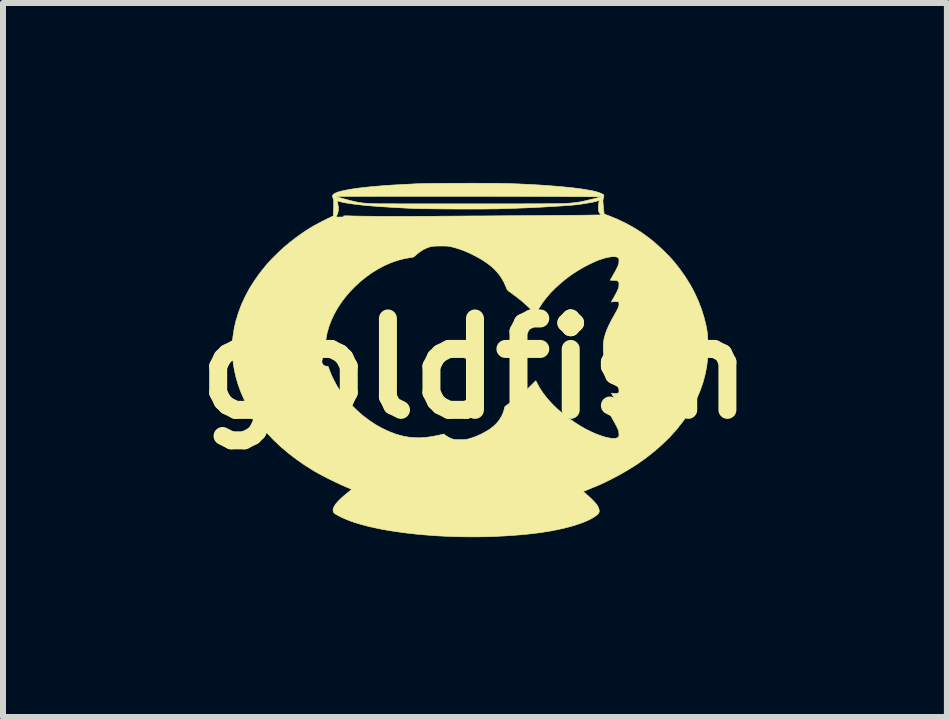
<source format=kicad_pcb>
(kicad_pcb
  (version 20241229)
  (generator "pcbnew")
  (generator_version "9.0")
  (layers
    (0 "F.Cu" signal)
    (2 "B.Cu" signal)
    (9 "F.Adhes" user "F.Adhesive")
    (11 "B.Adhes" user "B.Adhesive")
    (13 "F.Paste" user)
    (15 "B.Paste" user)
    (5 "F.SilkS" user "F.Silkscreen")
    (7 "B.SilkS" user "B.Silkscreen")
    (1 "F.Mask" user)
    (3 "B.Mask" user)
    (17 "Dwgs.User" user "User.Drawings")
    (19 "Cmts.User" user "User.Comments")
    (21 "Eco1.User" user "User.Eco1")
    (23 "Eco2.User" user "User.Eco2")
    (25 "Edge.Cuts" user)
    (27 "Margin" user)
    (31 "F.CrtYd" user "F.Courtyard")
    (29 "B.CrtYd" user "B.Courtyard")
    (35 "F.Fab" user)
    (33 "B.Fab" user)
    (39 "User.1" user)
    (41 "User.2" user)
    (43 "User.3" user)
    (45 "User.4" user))
  (footprint "goldfish"
    (layer "F.Cu")
    (at 4.87 3.095)
    (property "Reference" "goldfish" (at 0 0 0) (layer "F.SilkS") (effects (font (size 1.524 1.524) (thickness 0.3))))
    (attr through_hole)
    (fp_poly (pts (xy 0.03 -3.089) (xy 0.105 -3.089) (xy 0.178 -3.089) (xy 0.246 -3.089) (xy 0.309 -3.088) (xy 0.365 -3.088) (xy 0.416 -3.087) (xy 0.458 -3.086) (xy 0.459 -3.086) (xy 0.582 -3.083) (xy 0.707 -3.079) (xy 0.831 -3.073) (xy 0.955 -3.067) (xy 1.076 -3.06) (xy 1.195 -3.052) (xy 1.31 -3.043) (xy 1.421 -3.034) (xy 1.525 -3.024) (xy 1.623 -3.014) (xy 1.713 -3.003) (xy 1.795 -2.992) (xy 1.816 -2.988) (xy 1.883 -2.977) (xy 1.942 -2.967) (xy 1.992 -2.956) (xy 2.035 -2.944) (xy 2.071 -2.933) (xy 2.101 -2.92) (xy 2.115 -2.914) (xy 2.148 -2.896) (xy 2.148 -2.873) (xy 2.146 -2.856) (xy 2.142 -2.841) (xy 2.141 -2.838) (xy 2.137 -2.826) (xy 2.134 -2.808) (xy 2.133 -2.798) (xy 2.134 -2.787) (xy 2.135 -2.768) (xy 2.137 -2.745) (xy 2.139 -2.718) (xy 2.142 -2.689) (xy 2.144 -2.661) (xy 2.147 -2.634) (xy 2.15 -2.61) (xy 2.152 -2.592) (xy 2.153 -2.58) (xy 2.154 -2.577) (xy 2.159 -2.575) (xy 2.172 -2.57) (xy 2.19 -2.563) (xy 2.213 -2.554) (xy 2.225 -2.55) (xy 2.373 -2.49) (xy 2.515 -2.422) (xy 2.65 -2.348) (xy 2.779 -2.266) (xy 2.903 -2.176) (xy 2.908 -2.172) (xy 2.977 -2.116) (xy 3.046 -2.056) (xy 3.115 -1.993) (xy 3.181 -1.929) (xy 3.243 -1.866) (xy 3.298 -1.805) (xy 3.321 -1.778) (xy 3.421 -1.652) (xy 3.511 -1.524) (xy 3.592 -1.393) (xy 3.663 -1.26) (xy 3.725 -1.125) (xy 3.778 -0.986) (xy 3.822 -0.844) (xy 3.857 -0.7) (xy 3.863 -0.668) (xy 3.868 -0.637) (xy 3.873 -0.605) (xy 3.876 -0.572) (xy 3.88 -0.534) (xy 3.882 -0.489) (xy 3.885 -0.446) (xy 3.887 -0.305) (xy 3.88 -0.165) (xy 3.863 -0.028) (xy 3.836 0.107) (xy 3.8 0.24) (xy 3.754 0.371) (xy 3.698 0.5) (xy 3.633 0.627) (xy 3.557 0.752) (xy 3.473 0.875) (xy 3.378 0.996) (xy 3.346 1.034) (xy 3.237 1.154) (xy 3.118 1.269) (xy 2.991 1.38) (xy 2.856 1.487) (xy 2.713 1.589) (xy 2.561 1.685) (xy 2.402 1.777) (xy 2.262 1.85) (xy 2.215 1.873) (xy 2.173 1.894) (xy 2.136 1.912) (xy 2.1 1.928) (xy 2.065 1.944) (xy 2.027 1.96) (xy 1.985 1.977) (xy 1.936 1.997) (xy 1.918 2.005) (xy 1.887 2.017) (xy 1.86 2.029) (xy 1.837 2.038) (xy 1.819 2.045) (xy 1.809 2.05) (xy 1.807 2.051) (xy 1.81 2.055) (xy 1.819 2.063) (xy 1.834 2.076) (xy 1.852 2.092) (xy 1.861 2.1) (xy 1.891 2.126) (xy 1.922 2.154) (xy 1.953 2.184) (xy 1.982 2.214) (xy 2.007 2.241) (xy 2.027 2.265) (xy 2.04 2.283) (xy 2.054 2.309) (xy 2.065 2.336) (xy 2.071 2.363) (xy 2.072 2.385) (xy 2.072 2.388) (xy 2.066 2.404) (xy 2.056 2.42) (xy 2.039 2.437) (xy 2.015 2.456) (xy 2.01 2.46) (xy 1.962 2.491) (xy 1.904 2.522) (xy 1.838 2.552) (xy 1.763 2.581) (xy 1.68 2.609) (xy 1.589 2.636) (xy 1.492 2.661) (xy 1.388 2.684) (xy 1.279 2.706) (xy 1.206 2.718) (xy 1.076 2.738) (xy 0.938 2.755) (xy 0.793 2.77) (xy 0.642 2.782) (xy 0.486 2.792) (xy 0.325 2.8) (xy 0.162 2.805) (xy -0.003 2.807) (xy -0.168 2.806) (xy -0.332 2.803) (xy -0.347 2.802) (xy -0.51 2.796) (xy -0.671 2.787) (xy -0.828 2.775) (xy -0.982 2.761) (xy -1.132 2.744) (xy -1.276 2.725) (xy -1.416 2.704) (xy -1.549 2.681) (xy -1.675 2.655) (xy -1.794 2.628) (xy -1.905 2.598) (xy -2.007 2.567) (xy -2.081 2.542) (xy -2.12 2.526) (xy -2.162 2.509) (xy -2.204 2.49) (xy -2.244 2.471) (xy -2.28 2.453) (xy -2.31 2.436) (xy -2.325 2.427) (xy -2.346 2.411) (xy -2.359 2.395) (xy -2.365 2.377) (xy -2.366 2.353) (xy -2.365 2.349) (xy -2.359 2.323) (xy -2.344 2.292) (xy -2.32 2.257) (xy -2.287 2.219) (xy -2.246 2.177) (xy -2.197 2.132) (xy -2.14 2.084) (xy -2.117 2.066) (xy -2.097 2.049) (xy -2.08 2.035) (xy -2.067 2.024) (xy -2.06 2.017) (xy -2.059 2.015) (xy -2.063 2.012) (xy -2.075 2.006) (xy -2.092 1.999) (xy -2.107 1.992) (xy -2.151 1.974) (xy -2.201 1.952) (xy -2.256 1.927) (xy -2.316 1.899) (xy -2.377 1.869) (xy -2.439 1.839) (xy -2.499 1.808) (xy -2.556 1.778) (xy -2.609 1.75) (xy -2.656 1.724) (xy -2.686 1.706) (xy -2.835 1.613) (xy -2.976 1.515) (xy -3.11 1.412) (xy -3.236 1.306) (xy -3.354 1.195) (xy -3.463 1.081) (xy -3.563 0.964) (xy -3.654 0.844) (xy -3.707 0.766) (xy -3.782 0.643) (xy -3.848 0.519) (xy -3.904 0.392) (xy -3.951 0.263) (xy -3.989 0.131) (xy -4.018 -0.005) (xy -4.036 -0.129) (xy -4.04 -0.171) (xy -4.043 -0.22) (xy -4.044 -0.23) (xy -2.56 -0.23) (xy -2.559 -0.207) (xy -2.554 -0.19) (xy -2.55 -0.181) (xy -2.544 -0.17) (xy -2.543 -0.161) (xy -2.546 -0.15) (xy -2.548 -0.146) (xy -2.554 -0.12) (xy -2.55 -0.095) (xy -2.537 -0.07) (xy -2.531 -0.063) (xy -2.519 -0.052) (xy -2.509 -0.045) (xy -2.496 -0.042) (xy -2.481 -0.04) (xy -2.45 -0.037) (xy -2.425 0.03) (xy -2.41 0.07) (xy -2.39 0.116) (xy -2.367 0.165) (xy -2.342 0.214) (xy -2.317 0.261) (xy -2.294 0.302) (xy -2.284 0.318) (xy -2.213 0.423) (xy -2.134 0.523) (xy -2.049 0.619) (xy -1.958 0.708) (xy -1.862 0.791) (xy -1.761 0.867) (xy -1.657 0.936) (xy -1.549 0.996) (xy -1.439 1.048) (xy -1.328 1.091) (xy -1.29 1.103) (xy -1.199 1.127) (xy -1.108 1.144) (xy -1.016 1.153) (xy -0.921 1.155) (xy -0.823 1.149) (xy -0.721 1.135) (xy -0.613 1.114) (xy -0.59 1.109) (xy -0.518 1.092) (xy -0.499 1.109) (xy -0.449 1.142) (xy -0.395 1.168) (xy -0.385 1.171) (xy -0.371 1.176) (xy -0.358 1.18) (xy -0.345 1.183) (xy -0.331 1.184) (xy -0.313 1.185) (xy -0.289 1.185) (xy -0.258 1.186) (xy -0.251 1.186) (xy -0.214 1.185) (xy -0.185 1.185) (xy -0.162 1.183) (xy -0.143 1.181) (xy -0.126 1.178) (xy -0.117 1.176) (xy -0.042 1.154) (xy 0.036 1.124) (xy 0.102 1.094) (xy 0.181 1.052) (xy 0.251 1.008) (xy 0.311 0.961) (xy 0.363 0.911) (xy 0.406 0.857) (xy 0.441 0.801) (xy 0.469 0.74) (xy 0.485 0.686) (xy 0.5 0.633) (xy 0.582 0.575) (xy 0.657 0.521) (xy 0.725 0.469) (xy 0.788 0.418) (xy 0.848 0.366) (xy 0.906 0.311) (xy 0.965 0.253) (xy 0.979 0.238) (xy 0.994 0.224) (xy 1.005 0.212) (xy 1.013 0.206) (xy 1.015 0.204) (xy 1.017 0.209) (xy 1.023 0.221) (xy 1.031 0.236) (xy 1.032 0.238) (xy 1.08 0.326) (xy 1.138 0.413) (xy 1.205 0.499) (xy 1.281 0.583) (xy 1.365 0.666) (xy 1.456 0.746) (xy 1.555 0.823) (xy 1.661 0.897) (xy 1.763 0.962) (xy 1.826 0.998) (xy 1.89 1.031) (xy 1.953 1.062) (xy 2.015 1.089) (xy 2.076 1.112) (xy 2.133 1.132) (xy 2.187 1.147) (xy 2.237 1.158) (xy 2.281 1.165) (xy 2.32 1.166) (xy 2.352 1.162) (xy 2.369 1.157) (xy 2.383 1.149) (xy 2.393 1.142) (xy 2.398 1.131) (xy 2.401 1.117) (xy 2.401 1.095) (xy 2.4 1.085) (xy 2.399 1.067) (xy 2.398 1.052) (xy 2.395 1.039) (xy 2.39 1.025) (xy 2.383 1.008) (xy 2.372 0.985) (xy 2.368 0.977) (xy 2.354 0.949) (xy 2.336 0.916) (xy 2.318 0.883) (xy 2.3 0.851) (xy 2.297 0.846) (xy 2.284 0.822) (xy 2.272 0.802) (xy 2.263 0.785) (xy 2.258 0.775) (xy 2.257 0.773) (xy 2.262 0.771) (xy 2.273 0.771) (xy 2.286 0.772) (xy 2.316 0.773) (xy 2.344 0.769) (xy 2.369 0.762) (xy 2.386 0.752) (xy 2.387 0.751) (xy 2.394 0.743) (xy 2.398 0.736) (xy 2.4 0.726) (xy 2.401 0.71) (xy 2.401 0.696) (xy 2.401 0.678) (xy 2.4 0.664) (xy 2.397 0.651) (xy 2.392 0.637) (xy 2.384 0.619) (xy 2.374 0.596) (xy 2.361 0.571) (xy 2.347 0.542) (xy 2.331 0.512) (xy 2.315 0.482) (xy 2.3 0.455) (xy 2.287 0.433) (xy 2.279 0.419) (xy 2.275 0.412) (xy 2.276 0.41) (xy 2.285 0.411) (xy 2.293 0.412) (xy 2.317 0.415) (xy 2.342 0.417) (xy 2.364 0.416) (xy 2.382 0.412) (xy 2.39 0.409) (xy 2.396 0.403) (xy 2.4 0.395) (xy 2.401 0.382) (xy 2.401 0.369) (xy 2.401 0.357) (xy 2.399 0.346) (xy 2.397 0.334) (xy 2.392 0.321) (xy 2.384 0.304) (xy 2.374 0.284) (xy 2.36 0.258) (xy 2.342 0.226) (xy 2.321 0.187) (xy 2.28 0.113) (xy 2.245 0.045) (xy 2.216 -0.017) (xy 2.192 -0.075) (xy 2.173 -0.129) (xy 2.158 -0.181) (xy 2.148 -0.231) (xy 2.142 -0.281) (xy 2.14 -0.32) (xy 2.139 -0.376) (xy 2.143 -0.43) (xy 2.15 -0.484) (xy 2.163 -0.538) (xy 2.18 -0.594) (xy 2.202 -0.652) (xy 2.23 -0.715) (xy 2.263 -0.782) (xy 2.303 -0.856) (xy 2.308 -0.864) (xy 2.332 -0.907) (xy 2.351 -0.942) (xy 2.367 -0.97) (xy 2.379 -0.993) (xy 2.387 -1.012) (xy 2.394 -1.027) (xy 2.398 -1.039) (xy 2.4 -1.05) (xy 2.401 -1.061) (xy 2.401 -1.072) (xy 2.401 -1.09) (xy 2.399 -1.102) (xy 2.395 -1.108) (xy 2.391 -1.111) (xy 2.381 -1.114) (xy 2.364 -1.115) (xy 2.343 -1.116) (xy 2.321 -1.116) (xy 2.301 -1.114) (xy 2.288 -1.112) (xy 2.282 -1.11) (xy 2.277 -1.109) (xy 2.276 -1.11) (xy 2.277 -1.115) (xy 2.281 -1.124) (xy 2.289 -1.138) (xy 2.301 -1.16) (xy 2.313 -1.18) (xy 2.328 -1.207) (xy 2.345 -1.238) (xy 2.361 -1.269) (xy 2.371 -1.289) (xy 2.382 -1.314) (xy 2.39 -1.333) (xy 2.396 -1.348) (xy 2.398 -1.362) (xy 2.4 -1.378) (xy 2.4 -1.385) (xy 2.401 -1.411) (xy 2.4 -1.429) (xy 2.396 -1.442) (xy 2.389 -1.451) (xy 2.378 -1.459) (xy 2.368 -1.465) (xy 2.358 -1.468) (xy 2.344 -1.47) (xy 2.326 -1.471) (xy 2.308 -1.471) (xy 2.287 -1.471) (xy 2.27 -1.472) (xy 2.26 -1.473) (xy 2.257 -1.473) (xy 2.26 -1.478) (xy 2.266 -1.491) (xy 2.276 -1.509) (xy 2.289 -1.531) (xy 2.303 -1.557) (xy 2.305 -1.56) (xy 2.33 -1.604) (xy 2.35 -1.641) (xy 2.366 -1.672) (xy 2.378 -1.697) (xy 2.387 -1.718) (xy 2.394 -1.737) (xy 2.398 -1.754) (xy 2.4 -1.77) (xy 2.401 -1.787) (xy 2.401 -1.797) (xy 2.401 -1.818) (xy 2.399 -1.831) (xy 2.395 -1.84) (xy 2.391 -1.845) (xy 2.374 -1.856) (xy 2.348 -1.863) (xy 2.316 -1.866) (xy 2.278 -1.864) (xy 2.235 -1.858) (xy 2.189 -1.848) (xy 2.151 -1.838) (xy 2.108 -1.824) (xy 2.067 -1.81) (xy 2.026 -1.794) (xy 1.982 -1.774) (xy 1.933 -1.752) (xy 1.922 -1.747) (xy 1.814 -1.691) (xy 1.709 -1.63) (xy 1.608 -1.563) (xy 1.512 -1.492) (xy 1.421 -1.417) (xy 1.336 -1.339) (xy 1.257 -1.259) (xy 1.186 -1.176) (xy 1.123 -1.093) (xy 1.069 -1.008) (xy 1.036 -0.947) (xy 1.014 -0.903) (xy 0.94 -0.978) (xy 0.891 -1.026) (xy 0.841 -1.072) (xy 0.79 -1.117) (xy 0.735 -1.162) (xy 0.675 -1.208) (xy 0.609 -1.257) (xy 0.57 -1.285) (xy 0.555 -1.296) (xy 0.545 -1.306) (xy 0.537 -1.316) (xy 0.53 -1.33) (xy 0.522 -1.351) (xy 0.521 -1.352) (xy 0.485 -1.435) (xy 0.442 -1.511) (xy 0.391 -1.582) (xy 0.332 -1.647) (xy 0.281 -1.695) (xy 0.221 -1.743) (xy 0.154 -1.79) (xy 0.081 -1.835) (xy 0.003 -1.877) (xy -0.076 -1.917) (xy -0.157 -1.953) (xy -0.237 -1.984) (xy -0.315 -2.009) (xy -0.39 -2.029) (xy -0.442 -2.039) (xy -0.464 -2.041) (xy -0.495 -2.043) (xy -0.535 -2.043) (xy -0.583 -2.043) (xy -0.595 -2.043) (xy -0.633 -2.042) (xy -0.662 -2.041) (xy -0.685 -2.04) (xy -0.703 -2.039) (xy -0.718 -2.037) (xy -0.731 -2.034) (xy -0.744 -2.031) (xy -0.757 -2.027) (xy -0.813 -2.006) (xy -0.867 -1.98) (xy -0.918 -1.947) (xy -0.97 -1.906) (xy -0.98 -1.896) (xy -0.999 -1.879) (xy -1.013 -1.868) (xy -1.024 -1.861) (xy -1.034 -1.857) (xy -1.045 -1.854) (xy -1.054 -1.853) (xy -1.167 -1.835) (xy -1.279 -1.806) (xy -1.39 -1.769) (xy -1.5 -1.721) (xy -1.608 -1.665) (xy -1.714 -1.6) (xy -1.818 -1.526) (xy -1.907 -1.454) (xy -1.999 -1.37) (xy -2.085 -1.281) (xy -2.163 -1.19) (xy -2.234 -1.095) (xy -2.296 -0.999) (xy -2.351 -0.9) (xy -2.397 -0.801) (xy -2.435 -0.7) (xy -2.464 -0.6) (xy -2.483 -0.499) (xy -2.493 -0.399) (xy -2.494 -0.383) (xy -2.497 -0.308) (xy -2.513 -0.302) (xy -2.527 -0.295) (xy -2.541 -0.284) (xy -2.545 -0.28) (xy -2.553 -0.269) (xy -2.558 -0.259) (xy -2.56 -0.246) (xy -2.56 -0.23) (xy -4.044 -0.23) (xy -4.045 -0.275) (xy -4.045 -0.331) (xy -4.045 -0.388) (xy -4.043 -0.442) (xy -4.04 -0.491) (xy -4.036 -0.531) (xy -4.015 -0.668) (xy -3.984 -0.803) (xy -3.942 -0.937) (xy -3.892 -1.07) (xy -3.831 -1.201) (xy -3.762 -1.331) (xy -3.682 -1.458) (xy -3.594 -1.583) (xy -3.496 -1.706) (xy -3.455 -1.754) (xy -3.427 -1.785) (xy -3.393 -1.821) (xy -3.355 -1.859) (xy -3.314 -1.9) (xy -3.273 -1.94) (xy -3.232 -1.978) (xy -3.194 -2.013) (xy -3.163 -2.041) (xy -3.083 -2.106) (xy -2.999 -2.172) (xy -2.911 -2.236) (xy -2.824 -2.295) (xy -2.739 -2.349) (xy -2.724 -2.359) (xy -2.702 -2.371) (xy -2.674 -2.387) (xy -2.641 -2.404) (xy -2.604 -2.424) (xy -2.566 -2.444) (xy -2.527 -2.464) (xy -2.489 -2.483) (xy -2.455 -2.5) (xy -2.426 -2.514) (xy -2.403 -2.525) (xy -2.402 -2.525) (xy -2.316 -2.525) (xy -2.266 -2.526) (xy -2.24 -2.526) (xy -2.213 -2.527) (xy -2.19 -2.529) (xy -2.183 -2.53) (xy -2.151 -2.533) (xy -2.172 -2.537) (xy -2.186 -2.54) (xy -2.191 -2.543) (xy -2.186 -2.545) (xy -2.173 -2.546) (xy -2.151 -2.546) (xy -2.121 -2.546) (xy -2.084 -2.545) (xy -2.081 -2.545) (xy -2.035 -2.543) (xy -1.979 -2.542) (xy -1.915 -2.541) (xy -1.842 -2.54) (xy -1.76 -2.539) (xy -1.672 -2.538) (xy -1.576 -2.537) (xy -1.474 -2.537) (xy -1.366 -2.537) (xy -1.253 -2.537) (xy -1.134 -2.537) (xy -1.011 -2.537) (xy -0.883 -2.538) (xy -0.753 -2.538) (xy -0.619 -2.539) (xy -0.578 -2.54) (xy -0.481 -2.54) (xy -0.375 -2.541) (xy -0.262 -2.542) (xy -0.144 -2.543) (xy -0.022 -2.544) (xy 0.103 -2.544) (xy 0.229 -2.545) (xy 0.355 -2.546) (xy 0.479 -2.547) (xy 0.6 -2.548) (xy 0.716 -2.548) (xy 0.826 -2.549) (xy 0.92 -2.55) (xy 1.011 -2.55) (xy 1.102 -2.551) (xy 1.191 -2.552) (xy 1.279 -2.552) (xy 1.364 -2.553) (xy 1.446 -2.554) (xy 1.524 -2.554) (xy 1.597 -2.555) (xy 1.665 -2.555) (xy 1.727 -2.556) (xy 1.781 -2.556) (xy 1.828 -2.557) (xy 1.867 -2.557) (xy 1.897 -2.558) (xy 1.899 -2.558) (xy 2.103 -2.561) (xy 2.086 -2.581) (xy 2.075 -2.597) (xy 2.066 -2.612) (xy 2.064 -2.619) (xy 2.061 -2.637) (xy 2.059 -2.661) (xy 2.059 -2.689) (xy 2.06 -2.718) (xy 2.062 -2.745) (xy 2.065 -2.766) (xy 2.067 -2.773) (xy 2.071 -2.787) (xy 2.073 -2.798) (xy 2.073 -2.801) (xy 2.067 -2.8) (xy 2.056 -2.797) (xy 2.051 -2.796) (xy 2.027 -2.789) (xy 1.996 -2.781) (xy 1.958 -2.773) (xy 1.914 -2.765) (xy 1.867 -2.757) (xy 1.818 -2.749) (xy 1.768 -2.741) (xy 1.719 -2.735) (xy 1.672 -2.729) (xy 1.64 -2.726) (xy 1.578 -2.721) (xy 1.507 -2.716) (xy 1.429 -2.71) (xy 1.345 -2.705) (xy 1.255 -2.7) (xy 1.162 -2.694) (xy 1.065 -2.689) (xy 0.967 -2.684) (xy 0.868 -2.68) (xy 0.77 -2.676) (xy 0.673 -2.672) (xy 0.58 -2.669) (xy 0.491 -2.666) (xy 0.407 -2.664) (xy 0.404 -2.663) (xy 0.353 -2.662) (xy 0.294 -2.662) (xy 0.228 -2.661) (xy 0.157 -2.66) (xy 0.081 -2.66) (xy 0.001 -2.66) (xy -0.082 -2.66) (xy -0.167 -2.66) (xy -0.254 -2.66) (xy -0.34 -2.66) (xy -0.427 -2.661) (xy -0.512 -2.661) (xy -0.595 -2.662) (xy -0.674 -2.663) (xy -0.75 -2.664) (xy -0.821 -2.665) (xy -0.886 -2.666) (xy -0.944 -2.667) (xy -0.995 -2.668) (xy -1.038 -2.67) (xy -1.064 -2.671) (xy -1.186 -2.677) (xy -1.299 -2.683) (xy -1.404 -2.689) (xy -1.5 -2.695) (xy -1.589 -2.701) (xy -1.672 -2.707) (xy -1.748 -2.713) (xy -1.82 -2.719) (xy -1.886 -2.726) (xy -1.949 -2.733) (xy -1.96 -2.734) (xy -2.016 -2.741) (xy -2.072 -2.749) (xy -2.124 -2.757) (xy -2.172 -2.765) (xy -2.214 -2.774) (xy -2.249 -2.782) (xy -2.277 -2.79) (xy -2.284 -2.793) (xy -2.291 -2.795) (xy -2.294 -2.796) (xy -2.296 -2.792) (xy -2.295 -2.784) (xy -2.292 -2.769) (xy -2.287 -2.746) (xy -2.287 -2.743) (xy -2.278 -2.689) (xy -2.278 -2.641) (xy -2.286 -2.596) (xy -2.298 -2.564) (xy -2.316 -2.525) (xy -2.402 -2.525) (xy -2.396 -2.528) (xy -2.363 -2.542) (xy -2.359 -2.637) (xy -2.357 -2.684) (xy -2.356 -2.722) (xy -2.356 -2.753) (xy -2.356 -2.777) (xy -2.357 -2.795) (xy -2.358 -2.81) (xy -2.36 -2.822) (xy -2.363 -2.831) (xy -2.366 -2.838) (xy -2.374 -2.862) (xy -2.375 -2.868) (xy -2.317 -2.868) (xy -2.309 -2.865) (xy -2.293 -2.86) (xy -2.27 -2.853) (xy -2.242 -2.845) (xy -2.21 -2.836) (xy -2.174 -2.827) (xy -2.138 -2.817) (xy -2.101 -2.807) (xy -2.066 -2.798) (xy -2.034 -2.79) (xy -2.006 -2.783) (xy -1.983 -2.778) (xy -1.972 -2.776) (xy -1.932 -2.769) (xy -1.892 -2.763) (xy -1.849 -2.758) (xy -1.801 -2.754) (xy -1.747 -2.751) (xy -1.7 -2.749) (xy -1.687 -2.748) (xy -1.665 -2.748) (xy -1.633 -2.748) (xy -1.593 -2.747) (xy -1.544 -2.747) (xy -1.487 -2.747) (xy -1.424 -2.747) (xy -1.353 -2.747) (xy -1.275 -2.746) (xy -1.191 -2.746) (xy -1.102 -2.746) (xy -1.007 -2.746) (xy -0.907 -2.746) (xy -0.802 -2.746) (xy -0.693 -2.746) (xy -0.581 -2.746) (xy -0.465 -2.746) (xy -0.347 -2.746) (xy -0.226 -2.746) (xy -0.103 -2.746) (xy -0.077 -2.746) (xy 0.07 -2.746) (xy 0.208 -2.746) (xy 0.337 -2.746) (xy 0.456 -2.746) (xy 0.567 -2.746) (xy 0.67 -2.746) (xy 0.765 -2.746) (xy 0.852 -2.747) (xy 0.933 -2.747) (xy 1.006 -2.747) (xy 1.073 -2.747) (xy 1.134 -2.747) (xy 1.189 -2.748) (xy 1.239 -2.748) (xy 1.283 -2.748) (xy 1.323 -2.749) (xy 1.358 -2.749) (xy 1.39 -2.749) (xy 1.417 -2.75) (xy 1.442 -2.75) (xy 1.463 -2.751) (xy 1.481 -2.751) (xy 1.497 -2.752) (xy 1.512 -2.753) (xy 1.524 -2.753) (xy 1.535 -2.754) (xy 1.545 -2.755) (xy 1.587 -2.758) (xy 1.621 -2.761) (xy 1.648 -2.764) (xy 1.67 -2.766) (xy 1.689 -2.768) (xy 1.708 -2.771) (xy 1.726 -2.774) (xy 1.746 -2.777) (xy 1.756 -2.779) (xy 1.773 -2.782) (xy 1.797 -2.787) (xy 1.826 -2.794) (xy 1.86 -2.801) (xy 1.896 -2.81) (xy 1.933 -2.819) (xy 1.97 -2.827) (xy 2.005 -2.836) (xy 2.037 -2.844) (xy 2.064 -2.851) (xy 2.085 -2.857) (xy 2.098 -2.861) (xy 2.101 -2.862) (xy 2.097 -2.862) (xy 2.084 -2.863) (xy 2.062 -2.863) (xy 2.031 -2.864) (xy 1.993 -2.864) (xy 1.947 -2.865) (xy 1.894 -2.865) (xy 1.835 -2.866) (xy 1.77 -2.866) (xy 1.7 -2.867) (xy 1.625 -2.867) (xy 1.545 -2.868) (xy 1.462 -2.868) (xy 1.375 -2.869) (xy 1.285 -2.869) (xy 1.283 -2.869) (xy 1.186 -2.869) (xy 1.085 -2.87) (xy 0.98 -2.87) (xy 0.871 -2.87) (xy 0.759 -2.871) (xy 0.643 -2.871) (xy 0.525 -2.871) (xy 0.405 -2.871) (xy 0.283 -2.872) (xy 0.159 -2.872) (xy 0.034 -2.872) (xy -0.091 -2.872) (xy -0.217 -2.872) (xy -0.342 -2.872) (xy -0.468 -2.872) (xy -0.592 -2.872) (xy -0.715 -2.872) (xy -0.836 -2.872) (xy -0.955 -2.872) (xy -1.072 -2.872) (xy -1.186 -2.872) (xy -1.297 -2.872) (xy -1.404 -2.872) (xy -1.508 -2.872) (xy -1.607 -2.872) (xy -1.701 -2.871) (xy -1.79 -2.871) (xy -1.873 -2.871) (xy -1.95 -2.871) (xy -2.022 -2.87) (xy -2.086 -2.87) (xy -2.143 -2.87) (xy -2.193 -2.87) (xy -2.235 -2.869) (xy -2.269 -2.869) (xy -2.294 -2.869) (xy -2.31 -2.868) (xy -2.317 -2.868) (xy -2.317 -2.868) (xy -2.375 -2.868) (xy -2.375 -2.881) (xy -2.368 -2.897) (xy -2.363 -2.903) (xy -2.342 -2.918) (xy -2.312 -2.932) (xy -2.273 -2.946) (xy -2.224 -2.959) (xy -2.165 -2.972) (xy -2.098 -2.985) (xy -2.021 -2.997) (xy -1.936 -3.009) (xy -1.842 -3.02) (xy -1.739 -3.031) (xy -1.628 -3.041) (xy -1.625 -3.041) (xy -1.572 -3.045) (xy -1.519 -3.049) (xy -1.465 -3.053) (xy -1.409 -3.057) (xy -1.35 -3.061) (xy -1.287 -3.064) (xy -1.218 -3.068) (xy -1.143 -3.072) (xy -1.06 -3.076) (xy -0.969 -3.081) (xy -0.953 -3.081) (xy -0.925 -3.082) (xy -0.889 -3.083) (xy -0.844 -3.084) (xy -0.792 -3.085) (xy -0.734 -3.086) (xy -0.67 -3.087) (xy -0.6 -3.087) (xy -0.527 -3.088) (xy -0.45 -3.088) (xy -0.372 -3.089) (xy -0.291 -3.089) (xy -0.21 -3.089) (xy -0.129 -3.089) (xy -0.049 -3.09) (xy 0.03 -3.089)) (stroke (width 0.01) (type solid)) (fill yes) (layer "F.SilkS")))
  (gr_rect
    (start -3 -3)
    (end 12.739 8.906)
    (stroke (width 0.1) (type default))
    (fill no)
    (layer "Edge.Cuts")))
</source>
